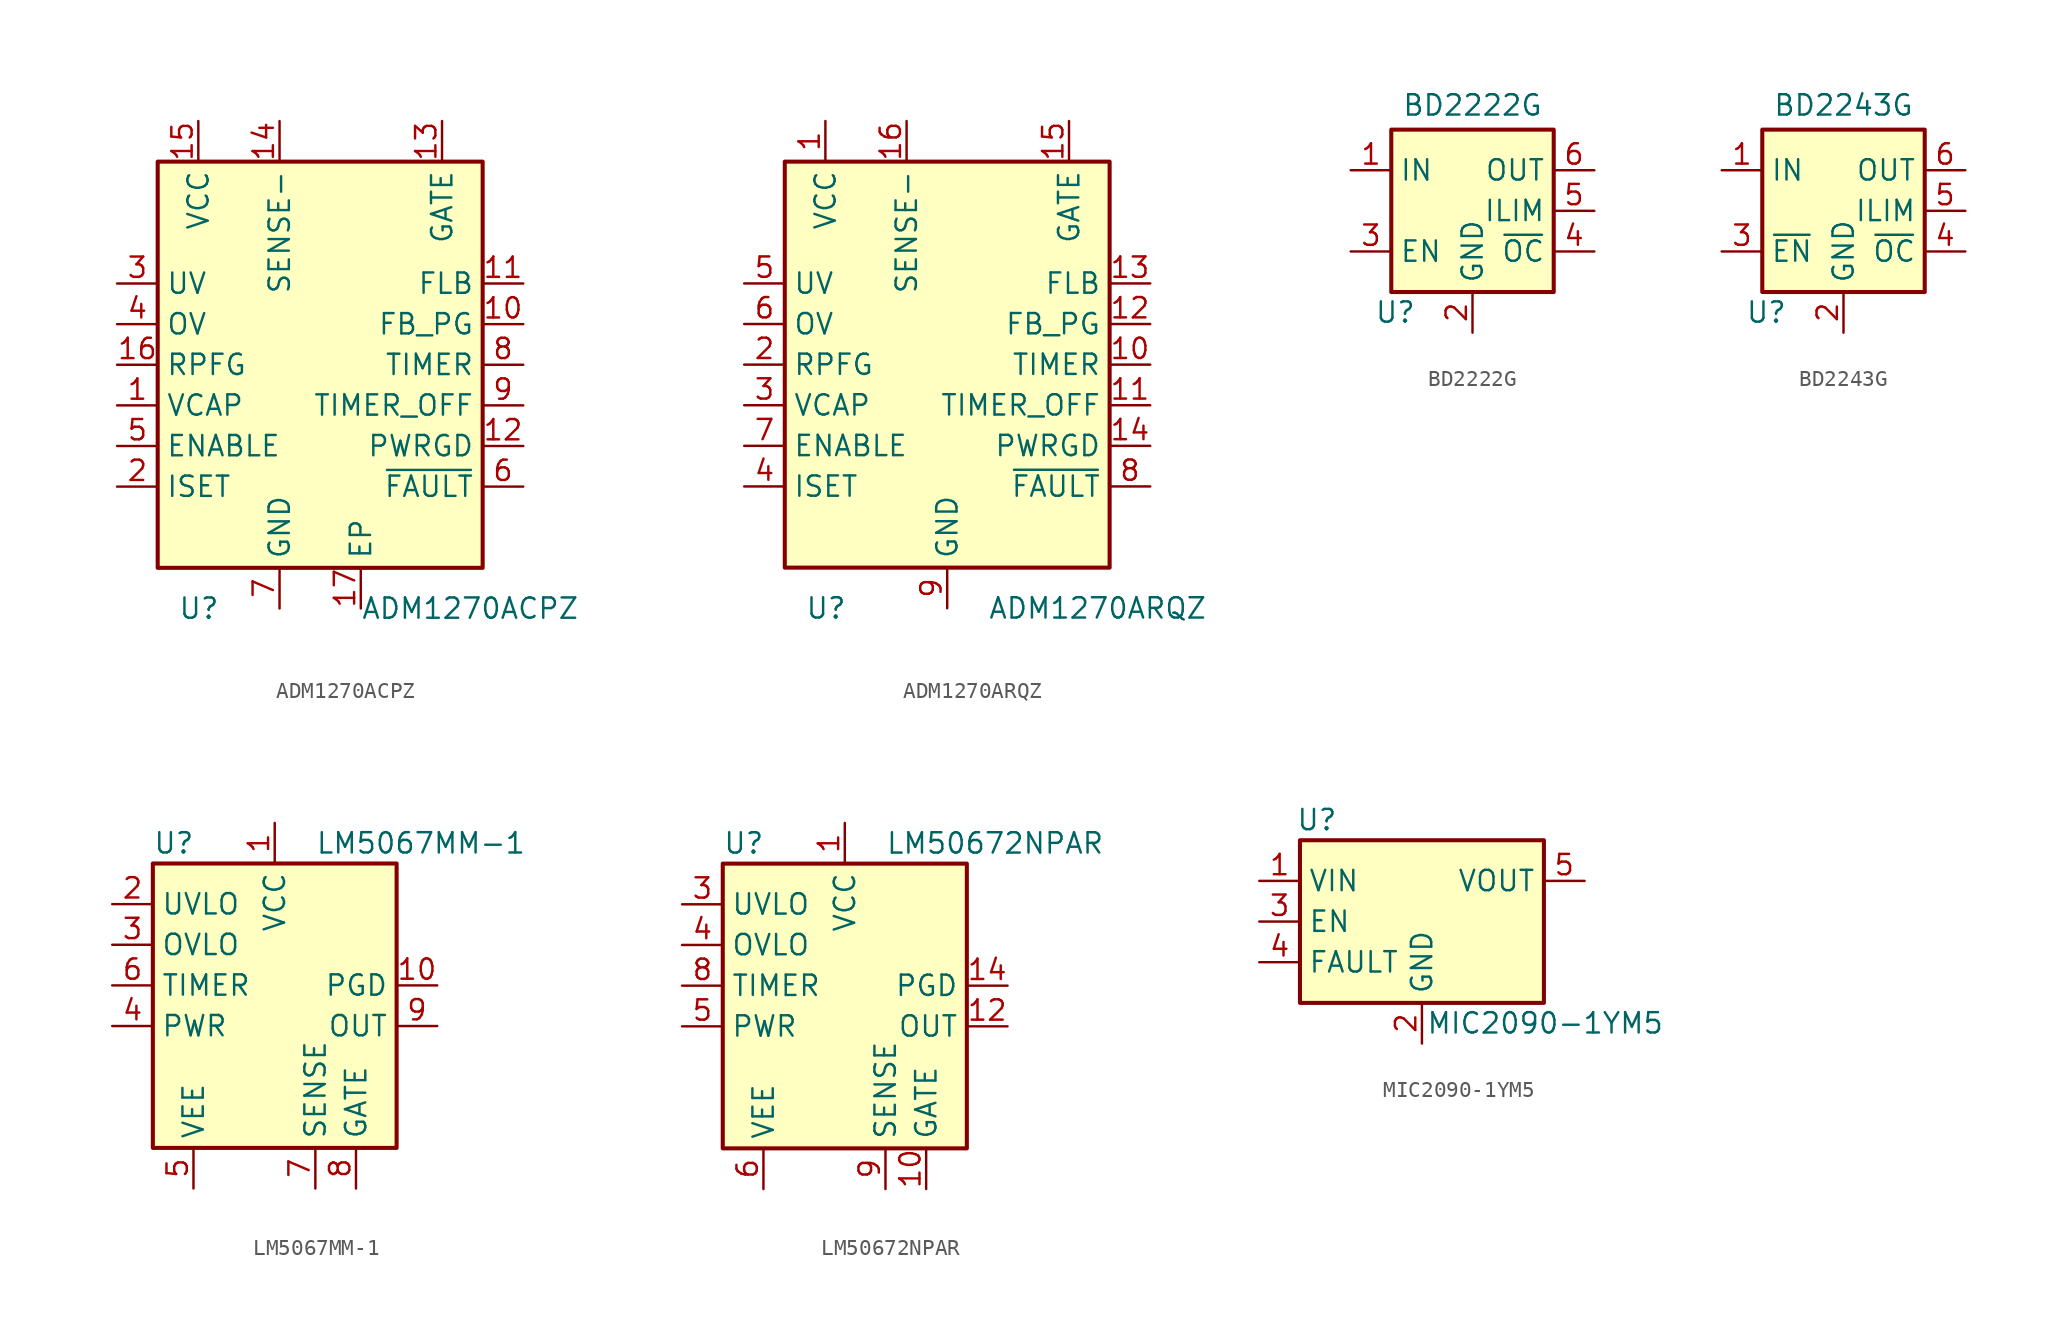
<source format=kicad_sym>
(kicad_symbol_lib
  (version 20231120)
  (generator "kicad_symbol_editor")
  (generator_version "8.0")
  (symbol "ADM1270ACPZ"
    (property "Reference" "U"
      (at -8.89 -15.24 0)
      (effects (font (size 1.27 1.27)) (justify left)))
    (property "Value" "ADM1270ACPZ"
      (at 2.54 -15.24 0)
      (effects (font (size 1.27 1.27)) (justify left)))
    (symbol "ADM1270ACPZ_0_1"
      (rectangle (start -10.16 12.7) (end 10.16 -12.7) (stroke (width 0.254) (type default)) (fill (type background))))
    (symbol "ADM1270ACPZ_1_0"
      (pin passive line (at 2.54 -15.24 90) (length 2.54) (name "EP" (effects (font (size 1.27 1.27)))) (number "17" (effects (font (size 1.27 1.27)))))
      (pin power_in line (at -2.54 -15.24 90) (length 2.54) (name "GND" (effects (font (size 1.27 1.27)))) (number "7" (effects (font (size 1.27 1.27))))))
    (symbol "ADM1270ACPZ_1_1"
      (pin power_out line (at -12.7 -2.54 0) (length 2.54) (name "VCAP" (effects (font (size 1.27 1.27)))) (number "1" (effects (font (size 1.27 1.27)))))
      (pin input line (at 12.7 2.54 180) (length 2.54) (name "FB_PG" (effects (font (size 1.27 1.27)))) (number "10" (effects (font (size 1.27 1.27)))))
      (pin input line (at 12.7 5.08 180) (length 2.54) (name "FLB" (effects (font (size 1.27 1.27)))) (number "11" (effects (font (size 1.27 1.27)))))
      (pin open_collector line (at 12.7 -5.08 180) (length 2.54) (name "PWRGD" (effects (font (size 1.27 1.27)))) (number "12" (effects (font (size 1.27 1.27)))))
      (pin output line (at 7.62 15.24 270) (length 2.54) (name "GATE" (effects (font (size 1.27 1.27)))) (number "13" (effects (font (size 1.27 1.27)))))
      (pin input line (at -2.54 15.24 270) (length 2.54) (name "SENSE-" (effects (font (size 1.27 1.27)))) (number "14" (effects (font (size 1.27 1.27)))))
      (pin power_in line (at -7.62 15.24 270) (length 2.54) (name "VCC" (effects (font (size 1.27 1.27)))) (number "15" (effects (font (size 1.27 1.27)))))
      (pin output line (at -12.7 0 0) (length 2.54) (name "RPFG" (effects (font (size 1.27 1.27)))) (number "16" (effects (font (size 1.27 1.27)))))
      (pin input line (at -12.7 -7.62 0) (length 2.54) (name "ISET" (effects (font (size 1.27 1.27)))) (number "2" (effects (font (size 1.27 1.27)))))
      (pin input line (at -12.7 5.08 0) (length 2.54) (name "UV" (effects (font (size 1.27 1.27)))) (number "3" (effects (font (size 1.27 1.27)))))
      (pin input line (at -12.7 2.54 0) (length 2.54) (name "OV" (effects (font (size 1.27 1.27)))) (number "4" (effects (font (size 1.27 1.27)))))
      (pin input line (at -12.7 -5.08 0) (length 2.54) (name "ENABLE" (effects (font (size 1.27 1.27)))) (number "5" (effects (font (size 1.27 1.27)))))
      (pin open_collector line (at 12.7 -7.62 180) (length 2.54) (name "~{FAULT}" (effects (font (size 1.27 1.27)))) (number "6" (effects (font (size 1.27 1.27)))))
      (pin input line (at 12.7 0 180) (length 2.54) (name "TIMER" (effects (font (size 1.27 1.27)))) (number "8" (effects (font (size 1.27 1.27)))))
      (pin input line (at 12.7 -2.54 180) (length 2.54) (name "TIMER_OFF" (effects (font (size 1.27 1.27)))) (number "9" (effects (font (size 1.27 1.27)))))))
  (symbol "ADM1270ARQZ"
    (property "Reference" "U"
      (at -8.89 -15.24 0)
      (effects (font (size 1.27 1.27)) (justify left)))
    (property "Value" "ADM1270ARQZ"
      (at 2.54 -15.24 0)
      (effects (font (size 1.27 1.27)) (justify left)))
    (symbol "ADM1270ARQZ_0_1"
      (rectangle (start -10.16 12.7) (end 10.16 -12.7) (stroke (width 0.254) (type default)) (fill (type background))))
    (symbol "ADM1270ARQZ_1_0"
      (pin power_in line (at 0 -15.24 90) (length 2.54) (name "GND" (effects (font (size 1.27 1.27)))) (number "9" (effects (font (size 1.27 1.27))))))
    (symbol "ADM1270ARQZ_1_1"
      (pin power_in line (at -7.62 15.24 270) (length 2.54) (name "VCC" (effects (font (size 1.27 1.27)))) (number "1" (effects (font (size 1.27 1.27)))))
      (pin input line (at 12.7 0 180) (length 2.54) (name "TIMER" (effects (font (size 1.27 1.27)))) (number "10" (effects (font (size 1.27 1.27)))))
      (pin input line (at 12.7 -2.54 180) (length 2.54) (name "TIMER_OFF" (effects (font (size 1.27 1.27)))) (number "11" (effects (font (size 1.27 1.27)))))
      (pin input line (at 12.7 2.54 180) (length 2.54) (name "FB_PG" (effects (font (size 1.27 1.27)))) (number "12" (effects (font (size 1.27 1.27)))))
      (pin input line (at 12.7 5.08 180) (length 2.54) (name "FLB" (effects (font (size 1.27 1.27)))) (number "13" (effects (font (size 1.27 1.27)))))
      (pin open_collector line (at 12.7 -5.08 180) (length 2.54) (name "PWRGD" (effects (font (size 1.27 1.27)))) (number "14" (effects (font (size 1.27 1.27)))))
      (pin output line (at 7.62 15.24 270) (length 2.54) (name "GATE" (effects (font (size 1.27 1.27)))) (number "15" (effects (font (size 1.27 1.27)))))
      (pin input line (at -2.54 15.24 270) (length 2.54) (name "SENSE-" (effects (font (size 1.27 1.27)))) (number "16" (effects (font (size 1.27 1.27)))))
      (pin input line (at -12.7 0 0) (length 2.54) (name "RPFG" (effects (font (size 1.27 1.27)))) (number "2" (effects (font (size 1.27 1.27)))))
      (pin power_out line (at -12.7 -2.54 0) (length 2.54) (name "VCAP" (effects (font (size 1.27 1.27)))) (number "3" (effects (font (size 1.27 1.27)))))
      (pin input line (at -12.7 -7.62 0) (length 2.54) (name "ISET" (effects (font (size 1.27 1.27)))) (number "4" (effects (font (size 1.27 1.27)))))
      (pin input line (at -12.7 5.08 0) (length 2.54) (name "UV" (effects (font (size 1.27 1.27)))) (number "5" (effects (font (size 1.27 1.27)))))
      (pin input line (at -12.7 2.54 0) (length 2.54) (name "OV" (effects (font (size 1.27 1.27)))) (number "6" (effects (font (size 1.27 1.27)))))
      (pin input line (at -12.7 -5.08 0) (length 2.54) (name "ENABLE" (effects (font (size 1.27 1.27)))) (number "7" (effects (font (size 1.27 1.27)))))
      (pin open_collector line (at 12.7 -7.62 180) (length 2.54) (name "~{FAULT}" (effects (font (size 1.27 1.27)))) (number "8" (effects (font (size 1.27 1.27)))))))
  (symbol "BD2222G"
    (property "Reference" "U"
      (at -4.826 -6.35 0)
      (effects (font (size 1.27 1.27))))
    (property "Value" "BD2222G"
      (at 0 6.604 0)
      (effects (font (size 1.27 1.27))))
    (symbol "BD2222G_0_0"
      (pin power_in line (at -7.62 2.54 0) (length 2.54) (name "IN" (effects (font (size 1.27 1.27)))) (number "1" (effects (font (size 1.27 1.27)))))
      (pin power_in line (at 0 -7.62 90) (length 2.54) (name "GND" (effects (font (size 1.27 1.27)))) (number "2" (effects (font (size 1.27 1.27)))))
      (pin input line (at -7.62 -2.54 0) (length 2.54) (name "EN" (effects (font (size 1.27 1.27)))) (number "3" (effects (font (size 1.27 1.27)))))
      (pin power_out line (at 7.62 2.54 180) (length 2.54) (name "OUT" (effects (font (size 1.27 1.27)))) (number "6" (effects (font (size 1.27 1.27))))))
    (symbol "BD2222G_1_0"
      (pin open_collector line (at 7.62 -2.54 180) (length 2.54) (name "~{OC}" (effects (font (size 1.27 1.27)))) (number "4" (effects (font (size 1.27 1.27)))))
      (pin input line (at 7.62 0 180) (length 2.54) (name "ILIM" (effects (font (size 1.27 1.27)))) (number "5" (effects (font (size 1.27 1.27))))))
    (symbol "BD2222G_1_1"
      (rectangle (start -5.08 5.08) (end 5.08 -5.08) (stroke (width 0.254) (type default)) (fill (type background)))))
  (symbol "BD2243G"
    (property "Reference" "U"
      (at -4.826 -6.35 0)
      (effects (font (size 1.27 1.27))))
    (property "Value" "BD2243G"
      (at 0 6.604 0)
      (effects (font (size 1.27 1.27))))
    (symbol "BD2243G_0_0"
      (pin power_in line (at -7.62 2.54 0) (length 2.54) (name "IN" (effects (font (size 1.27 1.27)))) (number "1" (effects (font (size 1.27 1.27)))))
      (pin power_in line (at 0 -7.62 90) (length 2.54) (name "GND" (effects (font (size 1.27 1.27)))) (number "2" (effects (font (size 1.27 1.27)))))
      (pin power_out line (at 7.62 2.54 180) (length 2.54) (name "OUT" (effects (font (size 1.27 1.27)))) (number "6" (effects (font (size 1.27 1.27))))))
    (symbol "BD2243G_1_0"
      (pin input line (at -7.62 -2.54 0) (length 2.54) (name "~{EN}" (effects (font (size 1.27 1.27)))) (number "3" (effects (font (size 1.27 1.27)))))
      (pin open_collector line (at 7.62 -2.54 180) (length 2.54) (name "~{OC}" (effects (font (size 1.27 1.27)))) (number "4" (effects (font (size 1.27 1.27)))))
      (pin input line (at 7.62 0 180) (length 2.54) (name "ILIM" (effects (font (size 1.27 1.27)))) (number "5" (effects (font (size 1.27 1.27))))))
    (symbol "BD2243G_1_1"
      (rectangle (start -5.08 5.08) (end 5.08 -5.08) (stroke (width 0.254) (type default)) (fill (type background)))))
  (symbol "LM5067MM-1"
    (property "Reference" "U"
      (at -7.62 8.89 0)
      (effects (font (size 1.27 1.27)) (justify left)))
    (property "Value" "LM5067MM-1"
      (at 2.54 8.89 0)
      (effects (font (size 1.27 1.27)) (justify left)))
    (symbol "LM5067MM-1_0_1"
      (rectangle (start -7.62 7.62) (end 7.62 -10.16) (stroke (width 0.254) (type default)) (fill (type background))))
    (symbol "LM5067MM-1_1_0"
      (pin power_in line (at -5.08 -12.7 90) (length 2.54) (name "VEE" (effects (font (size 1.27 1.27)))) (number "5" (effects (font (size 1.27 1.27))))))
    (symbol "LM5067MM-1_1_1"
      (pin power_in line (at 0 10.16 270) (length 2.54) (name "VCC" (effects (font (size 1.27 1.27)))) (number "1" (effects (font (size 1.27 1.27)))))
      (pin open_collector line (at 10.16 0 180) (length 2.54) (name "PGD" (effects (font (size 1.27 1.27)))) (number "10" (effects (font (size 1.27 1.27)))))
      (pin input line (at -10.16 5.08 0) (length 2.54) (name "UVLO" (effects (font (size 1.27 1.27)))) (number "2" (effects (font (size 1.27 1.27)))))
      (pin input line (at -10.16 2.54 0) (length 2.54) (name "OVLO" (effects (font (size 1.27 1.27)))) (number "3" (effects (font (size 1.27 1.27)))))
      (pin input line (at -10.16 -2.54 0) (length 2.54) (name "PWR" (effects (font (size 1.27 1.27)))) (number "4" (effects (font (size 1.27 1.27)))))
      (pin input line (at -10.16 0 0) (length 2.54) (name "TIMER" (effects (font (size 1.27 1.27)))) (number "6" (effects (font (size 1.27 1.27)))))
      (pin input line (at 2.54 -12.7 90) (length 2.54) (name "SENSE" (effects (font (size 1.27 1.27)))) (number "7" (effects (font (size 1.27 1.27)))))
      (pin output line (at 5.08 -12.7 90) (length 2.54) (name "GATE" (effects (font (size 1.27 1.27)))) (number "8" (effects (font (size 1.27 1.27)))))
      (pin input line (at 10.16 -2.54 180) (length 2.54) (name "OUT" (effects (font (size 1.27 1.27)))) (number "9" (effects (font (size 1.27 1.27)))))))
  (symbol "LM50672NPAR"
    (property "Reference" "U"
      (at -7.62 8.89 0)
      (effects (font (size 1.27 1.27)) (justify left)))
    (property "Value" "LM50672NPAR"
      (at 2.54 8.89 0)
      (effects (font (size 1.27 1.27)) (justify left)))
    (symbol "LM50672NPAR_0_1"
      (rectangle (start -7.62 7.62) (end 7.62 -10.16) (stroke (width 0.254) (type default)) (fill (type background))))
    (symbol "LM50672NPAR_1_0"
      (pin power_in line (at -5.08 -12.7 90) (length 2.54) (name "VEE" (effects (font (size 1.27 1.27)))) (number "6" (effects (font (size 1.27 1.27))))))
    (symbol "LM50672NPAR_1_1"
      (pin power_in line (at 0 10.16 270) (length 2.54) (name "VCC" (effects (font (size 1.27 1.27)))) (number "1" (effects (font (size 1.27 1.27)))))
      (pin output line (at 5.08 -12.7 90) (length 2.54) (name "GATE" (effects (font (size 1.27 1.27)))) (number "10" (effects (font (size 1.27 1.27)))))
      (pin input line (at 10.16 -2.54 180) (length 2.54) (name "OUT" (effects (font (size 1.27 1.27)))) (number "12" (effects (font (size 1.27 1.27)))))
      (pin open_collector line (at 10.16 0 180) (length 2.54) (name "PGD" (effects (font (size 1.27 1.27)))) (number "14" (effects (font (size 1.27 1.27)))))
      (pin input line (at -10.16 5.08 0) (length 2.54) (name "UVLO" (effects (font (size 1.27 1.27)))) (number "3" (effects (font (size 1.27 1.27)))))
      (pin input line (at -10.16 2.54 0) (length 2.54) (name "OVLO" (effects (font (size 1.27 1.27)))) (number "4" (effects (font (size 1.27 1.27)))))
      (pin input line (at -10.16 -2.54 0) (length 2.54) (name "PWR" (effects (font (size 1.27 1.27)))) (number "5" (effects (font (size 1.27 1.27)))))
      (pin input line (at -10.16 0 0) (length 2.54) (name "TIMER" (effects (font (size 1.27 1.27)))) (number "8" (effects (font (size 1.27 1.27)))))
      (pin input line (at 2.54 -12.7 90) (length 2.54) (name "SENSE" (effects (font (size 1.27 1.27)))) (number "9" (effects (font (size 1.27 1.27)))))))
  (symbol "MIC2090-1YM5"
    (property "Reference" "U"
      (at -7.874 6.35 0)
      (effects (font (size 1.27 1.27)) (justify left)))
    (property "Value" "MIC2090-1YM5"
      (at 0.254 -6.35 0)
      (effects (font (size 1.27 1.27)) (justify left)))
    (symbol "MIC2090-1YM5_0_1"
      (rectangle (start -7.62 5.08) (end 7.62 -5.08) (stroke (width 0.254) (type default)) (fill (type background))))
    (symbol "MIC2090-1YM5_1_1"
      (pin power_in line (at -10.16 2.54 0) (length 2.54) (name "VIN" (effects (font (size 1.27 1.27)))) (number "1" (effects (font (size 1.27 1.27)))))
      (pin power_in line (at 0 -7.62 90) (length 2.54) (name "GND" (effects (font (size 1.27 1.27)))) (number "2" (effects (font (size 1.27 1.27)))))
      (pin input line (at -10.16 0 0) (length 2.54) (name "EN" (effects (font (size 1.27 1.27)))) (number "3" (effects (font (size 1.27 1.27)))))
      (pin open_collector line (at -10.16 -2.54 0) (length 2.54) (name "FAULT" (effects (font (size 1.27 1.27)))) (number "4" (effects (font (size 1.27 1.27)))))
      (pin power_out line (at 10.16 2.54 180) (length 2.54) (name "VOUT" (effects (font (size 1.27 1.27)))) (number "5" (effects (font (size 1.27 1.27))))))))
</source>
